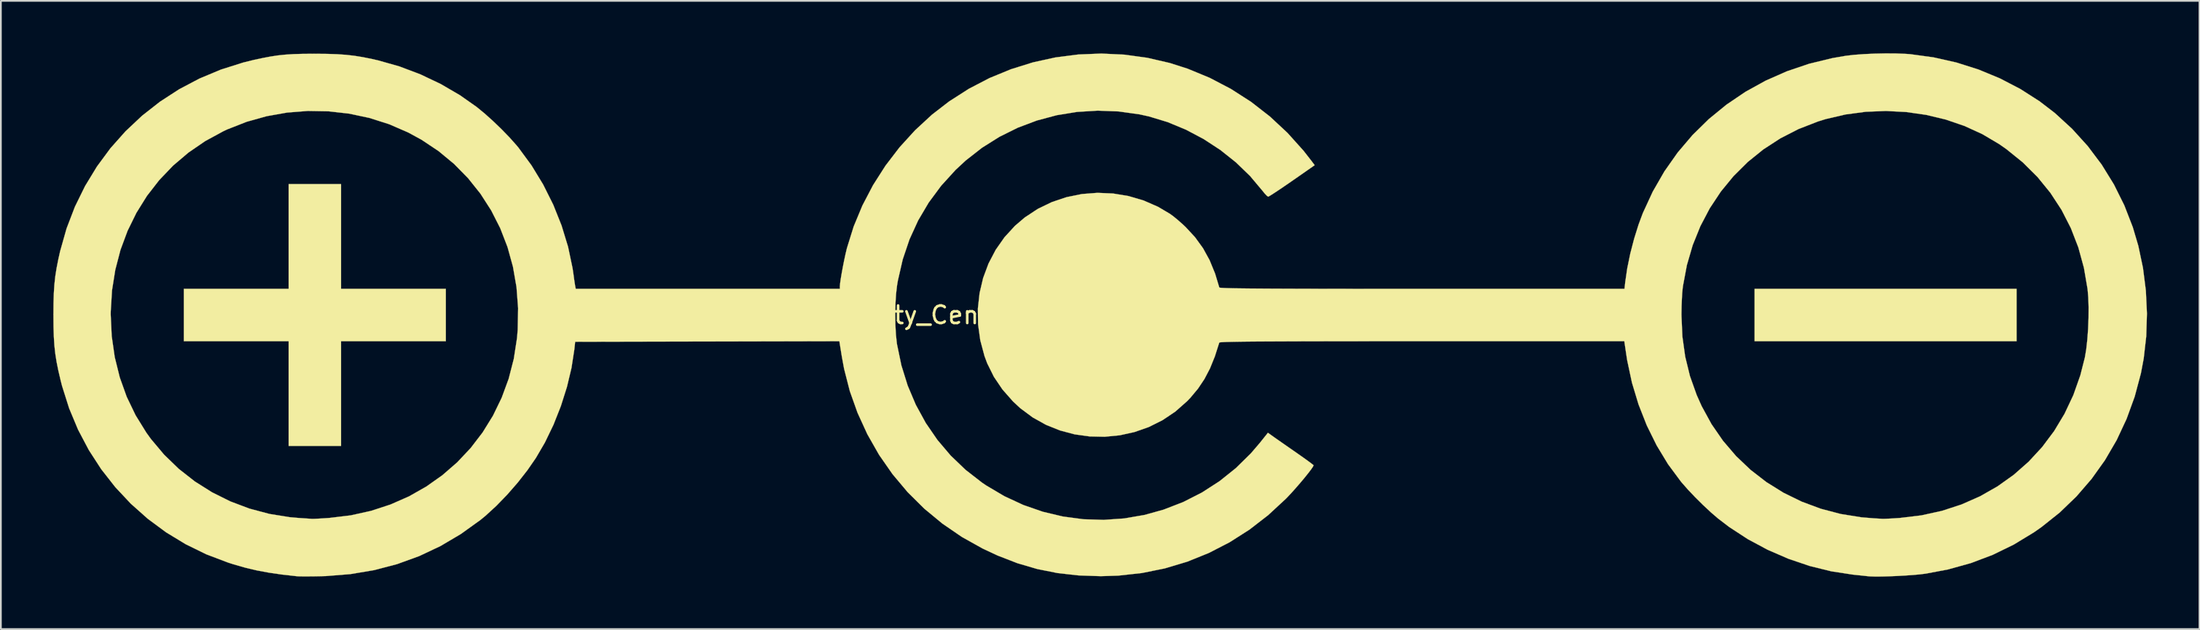
<source format=kicad_pcb>
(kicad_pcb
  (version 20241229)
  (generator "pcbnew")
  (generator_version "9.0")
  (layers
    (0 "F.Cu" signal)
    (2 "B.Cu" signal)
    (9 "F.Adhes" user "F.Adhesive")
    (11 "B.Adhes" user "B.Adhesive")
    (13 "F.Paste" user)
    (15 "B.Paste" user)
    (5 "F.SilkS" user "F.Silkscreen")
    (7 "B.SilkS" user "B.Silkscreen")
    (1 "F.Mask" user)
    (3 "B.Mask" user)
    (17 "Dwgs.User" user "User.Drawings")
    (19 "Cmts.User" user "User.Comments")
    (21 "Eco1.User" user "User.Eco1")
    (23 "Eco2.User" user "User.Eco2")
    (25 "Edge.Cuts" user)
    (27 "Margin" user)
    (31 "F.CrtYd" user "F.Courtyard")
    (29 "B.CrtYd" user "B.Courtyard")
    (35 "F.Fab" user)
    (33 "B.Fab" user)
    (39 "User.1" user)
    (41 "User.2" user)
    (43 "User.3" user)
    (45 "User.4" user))
  (footprint "Polarity_Center_Negative_30mm_SilkScreen"
    (layer "F.Cu")
    (at 59.821 14.971)
    (property "Reference" "Polarity_Center_Negative_30mm_SilkScreen" (at 0 0 0) (layer "F.SilkS") (effects (font (size 1 1) (thickness 0.15))))
    (attr exclude_from_pos_files exclude_from_bom allow_missing_courtyard)
    (fp_poly (pts (xy 52.423 1.498) (xy 37.445 1.498) (xy 37.445 -1.498) (xy 52.423 -1.498) (xy 52.423 1.498)) (stroke (width 0.01) (type solid)) (fill yes) (layer "F.SilkS"))
    (fp_poly (pts (xy -43.373 -1.498) (xy -37.382 -1.498) (xy -37.382 1.498) (xy -43.373 1.498) (xy -43.373 7.489) (xy -46.369 7.489) (xy -46.369 1.498) (xy -52.36 1.498) (xy -52.36 -1.498) (xy -46.369 -1.498) (xy -46.369 -7.489) (xy -43.373 -7.489) (xy -43.373 -1.498)) (stroke (width 0.01) (type solid)) (fill yes) (layer "F.SilkS"))
    (fp_poly (pts (xy 45.536 -14.962) (xy 46.078 -14.941) (xy 46.342 -14.922) (xy 47.673 -14.74) (xy 48.98 -14.446) (xy 50.25 -14.043) (xy 51.473 -13.536) (xy 52.638 -12.93) (xy 53.734 -12.229) (xy 54.607 -11.559) (xy 55.595 -10.653) (xy 56.491 -9.665) (xy 57.29 -8.602) (xy 57.988 -7.47) (xy 58.582 -6.275) (xy 59.068 -5.023) (xy 59.382 -3.963) (xy 59.649 -2.698) (xy 59.814 -1.399) (xy 59.876 -0.087) (xy 59.836 1.216) (xy 59.691 2.488) (xy 59.532 3.332) (xy 59.176 4.666) (xy 58.712 5.942) (xy 58.145 7.155) (xy 57.476 8.302) (xy 56.709 9.377) (xy 55.847 10.375) (xy 54.894 11.293) (xy 53.852 12.125) (xy 53.413 12.432) (xy 52.262 13.131) (xy 51.061 13.717) (xy 49.807 14.191) (xy 48.497 14.555) (xy 47.225 14.794) (xy 46.905 14.834) (xy 46.51 14.87) (xy 46.066 14.901) (xy 45.6 14.927) (xy 45.139 14.946) (xy 44.708 14.958) (xy 44.335 14.96) (xy 44.045 14.951) (xy 43.935 14.942) (xy 43.78 14.925) (xy 43.539 14.899) (xy 43.251 14.869) (xy 43.061 14.849) (xy 41.828 14.66) (xy 40.593 14.355) (xy 39.374 13.942) (xy 38.19 13.428) (xy 37.056 12.82) (xy 35.993 12.126) (xy 35.354 11.638) (xy 34.947 11.288) (xy 34.501 10.872) (xy 34.05 10.425) (xy 33.627 9.979) (xy 33.267 9.569) (xy 33.225 9.517) (xy 32.496 8.533) (xy 31.847 7.461) (xy 31.282 6.317) (xy 30.809 5.115) (xy 30.433 3.869) (xy 30.161 2.595) (xy 30.109 2.262) (xy 29.996 1.498) (xy 18.429 1.498) (xy 16.967 1.498) (xy 15.625 1.498) (xy 14.4 1.499) (xy 13.285 1.5) (xy 12.278 1.502) (xy 11.372 1.504) (xy 10.565 1.507) (xy 9.85 1.51) (xy 9.224 1.513) (xy 8.683 1.517) (xy 8.221 1.522) (xy 7.834 1.528) (xy 7.518 1.534) (xy 7.268 1.54) (xy 7.08 1.548) (xy 6.949 1.556) (xy 6.87 1.565) (xy 6.839 1.575) (xy 6.839 1.576) (xy 6.587 2.365) (xy 6.309 3.052) (xy 5.991 3.66) (xy 5.623 4.211) (xy 5.191 4.728) (xy 4.996 4.932) (xy 4.324 5.525) (xy 3.592 6.016) (xy 2.812 6.406) (xy 1.993 6.693) (xy 1.149 6.879) (xy 0.29 6.963) (xy -0.573 6.945) (xy -1.428 6.826) (xy -2.263 6.604) (xy -3.068 6.281) (xy -3.83 5.856) (xy -4.539 5.329) (xy -4.95 4.947) (xy -5.556 4.26) (xy -6.046 3.535) (xy -6.429 2.763) (xy -6.584 2.346) (xy -6.825 1.445) (xy -6.951 0.537) (xy -6.958 0.022) (xy 33.263 0.022) (xy 33.316 1.229) (xy 33.477 2.382) (xy 33.749 3.494) (xy 34.135 4.577) (xy 34.418 5.211) (xy 34.981 6.241) (xy 35.639 7.195) (xy 36.386 8.069) (xy 37.216 8.858) (xy 38.121 9.558) (xy 39.095 10.165) (xy 40.132 10.673) (xy 41.224 11.08) (xy 42.366 11.381) (xy 43.551 11.571) (xy 44.247 11.628) (xy 44.472 11.641) (xy 44.669 11.653) (xy 44.746 11.658) (xy 44.865 11.658) (xy 45.08 11.649) (xy 45.362 11.634) (xy 45.684 11.613) (xy 45.756 11.608) (xy 46.981 11.46) (xy 48.156 11.202) (xy 49.277 10.836) (xy 50.339 10.367) (xy 51.335 9.8) (xy 52.262 9.139) (xy 53.113 8.389) (xy 53.885 7.553) (xy 54.571 6.637) (xy 55.167 5.645) (xy 55.668 4.581) (xy 56.068 3.449) (xy 56.326 2.434) (xy 56.405 1.966) (xy 56.467 1.408) (xy 56.512 0.796) (xy 56.536 0.165) (xy 56.54 -0.452) (xy 56.522 -1.018) (xy 56.482 -1.481) (xy 56.273 -2.703) (xy 55.954 -3.868) (xy 55.526 -4.973) (xy 54.993 -6.016) (xy 54.355 -6.992) (xy 53.616 -7.899) (xy 52.776 -8.734) (xy 51.838 -9.492) (xy 51.424 -9.781) (xy 50.47 -10.346) (xy 49.448 -10.814) (xy 48.374 -11.182) (xy 47.258 -11.449) (xy 46.115 -11.613) (xy 44.956 -11.673) (xy 43.795 -11.627) (xy 42.646 -11.474) (xy 41.52 -11.212) (xy 41.064 -11.071) (xy 39.955 -10.639) (xy 38.914 -10.105) (xy 37.945 -9.475) (xy 37.052 -8.754) (xy 36.241 -7.948) (xy 35.516 -7.064) (xy 34.882 -6.107) (xy 34.344 -5.083) (xy 33.906 -3.997) (xy 33.573 -2.856) (xy 33.35 -1.665) (xy 33.329 -1.499) (xy 33.305 -1.243) (xy 33.286 -0.9) (xy 33.271 -0.511) (xy 33.264 -0.113) (xy 33.263 0.022) (xy -6.958 0.022) (xy -6.963 -0.367) (xy -6.865 -1.256) (xy -6.662 -2.119) (xy -6.354 -2.947) (xy -5.946 -3.727) (xy -5.441 -4.449) (xy -4.842 -5.103) (xy -4.287 -5.577) (xy -3.537 -6.072) (xy -2.734 -6.461) (xy -1.889 -6.744) (xy -1.016 -6.921) (xy -0.127 -6.99) (xy 0.766 -6.952) (xy 1.65 -6.806) (xy 2.511 -6.553) (xy 3.339 -6.191) (xy 4.025 -5.785) (xy 4.231 -5.632) (xy 4.486 -5.422) (xy 4.752 -5.186) (xy 4.914 -5.034) (xy 5.454 -4.45) (xy 5.908 -3.824) (xy 6.286 -3.137) (xy 6.6 -2.37) (xy 6.84 -1.576) (xy 6.865 -1.566) (xy 6.938 -1.557) (xy 7.062 -1.549) (xy 7.243 -1.541) (xy 7.486 -1.534) (xy 7.793 -1.528) (xy 8.171 -1.523) (xy 8.623 -1.518) (xy 9.155 -1.514) (xy 9.77 -1.51) (xy 10.473 -1.507) (xy 11.269 -1.504) (xy 12.162 -1.502) (xy 13.157 -1.501) (xy 14.258 -1.499) (xy 15.47 -1.498) (xy 16.797 -1.498) (xy 18.243 -1.498) (xy 18.433 -1.498) (xy 30.006 -1.498) (xy 30.049 -1.888) (xy 30.163 -2.67) (xy 30.336 -3.511) (xy 30.557 -4.363) (xy 30.813 -5.182) (xy 31.054 -5.829) (xy 31.622 -7.059) (xy 32.288 -8.216) (xy 33.048 -9.297) (xy 33.897 -10.296) (xy 34.829 -11.211) (xy 35.84 -12.037) (xy 36.924 -12.771) (xy 38.076 -13.407) (xy 39.291 -13.943) (xy 40.564 -14.374) (xy 41.889 -14.696) (xy 42.647 -14.827) (xy 43.125 -14.883) (xy 43.69 -14.925) (xy 44.305 -14.953) (xy 44.933 -14.966) (xy 45.536 -14.962)) (stroke (width 0.01) (type solid)) (fill yes) (layer "F.SilkS"))
    (fp_poly (pts (xy 1.411 -14.895) (xy 2.717 -14.716) (xy 4.006 -14.418) (xy 5.024 -14.093) (xy 6.294 -13.568) (xy 7.506 -12.933) (xy 8.655 -12.195) (xy 9.734 -11.356) (xy 10.737 -10.421) (xy 11.658 -9.396) (xy 12.127 -8.794) (xy 12.293 -8.571) (xy 11.001 -7.671) (xy 10.645 -7.425) (xy 10.321 -7.205) (xy 10.043 -7.02) (xy 9.826 -6.88) (xy 9.685 -6.794) (xy 9.635 -6.771) (xy 9.563 -6.818) (xy 9.445 -6.94) (xy 9.309 -7.108) (xy 8.6 -7.952) (xy 7.793 -8.732) (xy 6.904 -9.44) (xy 5.947 -10.066) (xy 4.937 -10.601) (xy 3.889 -11.036) (xy 2.818 -11.361) (xy 2.272 -11.481) (xy 1.077 -11.647) (xy -0.114 -11.692) (xy -1.294 -11.619) (xy -2.454 -11.431) (xy -3.585 -11.129) (xy -4.679 -10.717) (xy -5.727 -10.197) (xy -6.722 -9.572) (xy -7.654 -8.844) (xy -8.239 -8.301) (xy -9.061 -7.397) (xy -9.774 -6.434) (xy -10.378 -5.411) (xy -10.873 -4.327) (xy -11.259 -3.183) (xy -11.536 -1.977) (xy -11.585 -1.685) (xy -11.641 -1.204) (xy -11.676 -0.641) (xy -11.688 -0.037) (xy -11.679 0.57) (xy -11.647 1.138) (xy -11.594 1.629) (xy -11.586 1.676) (xy -11.336 2.881) (xy -10.976 4.037) (xy -10.51 5.137) (xy -9.942 6.175) (xy -9.276 7.145) (xy -8.516 8.041) (xy -7.666 8.856) (xy -6.73 9.584) (xy -6.49 9.747) (xy -5.449 10.363) (xy -4.365 10.866) (xy -3.247 11.254) (xy -2.102 11.526) (xy -0.939 11.681) (xy 0.233 11.718) (xy 1.407 11.636) (xy 2.573 11.434) (xy 3.647 11.135) (xy 4.777 10.698) (xy 5.849 10.152) (xy 6.855 9.503) (xy 7.788 8.756) (xy 8.643 7.915) (xy 9.157 7.315) (xy 9.62 6.735) (xy 9.912 6.944) (xy 10.056 7.046) (xy 10.281 7.203) (xy 10.564 7.401) (xy 10.884 7.624) (xy 11.218 7.855) (xy 11.528 8.073) (xy 11.8 8.266) (xy 12.018 8.426) (xy 12.167 8.539) (xy 12.231 8.594) (xy 12.232 8.597) (xy 12.192 8.682) (xy 12.082 8.841) (xy 11.915 9.059) (xy 11.707 9.318) (xy 11.47 9.6) (xy 11.219 9.89) (xy 10.969 10.17) (xy 10.732 10.423) (xy 10.643 10.514) (xy 9.631 11.45) (xy 8.557 12.28) (xy 7.425 13.001) (xy 6.239 13.612) (xy 5.006 14.11) (xy 3.728 14.493) (xy 2.412 14.759) (xy 1.062 14.907) (xy 0.062 14.939) (xy -1.21 14.895) (xy -2.413 14.76) (xy -3.57 14.529) (xy -4.702 14.197) (xy -5.833 13.758) (xy -6.693 13.356) (xy -7.877 12.695) (xy -8.989 11.933) (xy -10.025 11.077) (xy -10.978 10.132) (xy -11.842 9.103) (xy -12.612 7.997) (xy -13.282 6.819) (xy -13.843 5.593) (xy -14.285 4.35) (xy -14.612 3.073) (xy -14.742 2.368) (xy -14.882 1.497) (xy -29.987 1.529) (xy -30.034 1.966) (xy -30.197 3.024) (xy -30.458 4.115) (xy -30.805 5.21) (xy -31.228 6.279) (xy -31.717 7.292) (xy -32.232 8.175) (xy -32.717 8.877) (xy -33.272 9.586) (xy -33.872 10.274) (xy -34.493 10.915) (xy -35.109 11.48) (xy -35.403 11.722) (xy -36.522 12.526) (xy -37.688 13.215) (xy -38.903 13.789) (xy -40.166 14.248) (xy -41.477 14.592) (xy -42.835 14.82) (xy -44.241 14.933) (xy -44.528 14.941) (xy -44.909 14.948) (xy -45.265 14.951) (xy -45.568 14.951) (xy -45.793 14.947) (xy -45.901 14.941) (xy -46.747 14.846) (xy -47.5 14.737) (xy -48.191 14.608) (xy -48.851 14.452) (xy -49.511 14.263) (xy -49.833 14.16) (xy -51.076 13.688) (xy -52.258 13.109) (xy -53.375 12.43) (xy -54.421 11.656) (xy -55.391 10.793) (xy -56.28 9.845) (xy -57.083 8.82) (xy -57.793 7.723) (xy -58.407 6.559) (xy -58.919 5.334) (xy -59.324 4.053) (xy -59.406 3.731) (xy -59.535 3.179) (xy -59.635 2.684) (xy -59.709 2.215) (xy -59.761 1.742) (xy -59.793 1.236) (xy -59.811 0.665) (xy -59.816 0) (xy -59.816 -0.031) (xy -56.542 -0.031) (xy -56.484 1.209) (xy -56.311 2.41) (xy -56.024 3.568) (xy -55.627 4.677) (xy -55.119 5.733) (xy -54.503 6.73) (xy -54.24 7.094) (xy -53.485 7.992) (xy -52.646 8.803) (xy -51.73 9.521) (xy -50.747 10.141) (xy -49.705 10.66) (xy -48.611 11.073) (xy -47.475 11.376) (xy -46.304 11.564) (xy -45.839 11.605) (xy -45.547 11.625) (xy -45.292 11.642) (xy -45.105 11.655) (xy -45.027 11.661) (xy -44.921 11.659) (xy -44.718 11.65) (xy -44.443 11.634) (xy -44.124 11.613) (xy -44.032 11.606) (xy -42.819 11.46) (xy -41.654 11.202) (xy -40.542 10.838) (xy -39.488 10.374) (xy -38.499 9.813) (xy -37.578 9.162) (xy -36.731 8.426) (xy -35.963 7.61) (xy -35.28 6.719) (xy -34.686 5.758) (xy -34.188 4.732) (xy -33.789 3.648) (xy -33.496 2.509) (xy -33.312 1.321) (xy -33.272 0.843) (xy -33.249 -0.393) (xy -33.341 -1.598) (xy -33.544 -2.766) (xy -33.855 -3.891) (xy -34.271 -4.966) (xy -34.788 -5.985) (xy -35.403 -6.942) (xy -36.113 -7.831) (xy -36.913 -8.646) (xy -37.8 -9.38) (xy -38.772 -10.028) (xy -39.537 -10.445) (xy -40.623 -10.916) (xy -41.751 -11.275) (xy -42.911 -11.521) (xy -44.089 -11.654) (xy -45.276 -11.674) (xy -46.459 -11.581) (xy -47.627 -11.374) (xy -48.768 -11.055) (xy -49.872 -10.622) (xy -50.099 -10.516) (xy -51.14 -9.95) (xy -52.1 -9.291) (xy -52.978 -8.545) (xy -53.768 -7.718) (xy -54.468 -6.817) (xy -55.072 -5.848) (xy -55.578 -4.817) (xy -55.982 -3.729) (xy -56.279 -2.592) (xy -56.467 -1.412) (xy -56.54 -0.194) (xy -56.542 -0.031) (xy -59.816 -0.031) (xy -59.811 -0.664) (xy -59.794 -1.234) (xy -59.761 -1.741) (xy -59.71 -2.214) (xy -59.636 -2.684) (xy -59.538 -3.182) (xy -59.433 -3.651) (xy -59.065 -4.951) (xy -58.588 -6.195) (xy -58.007 -7.378) (xy -57.328 -8.495) (xy -56.556 -9.541) (xy -55.695 -10.51) (xy -54.75 -11.399) (xy -53.728 -12.201) (xy -52.633 -12.912) (xy -51.47 -13.526) (xy -50.244 -14.039) (xy -48.961 -14.445) (xy -48.366 -14.592) (xy -47.853 -14.702) (xy -47.399 -14.788) (xy -46.975 -14.852) (xy -46.55 -14.896) (xy -46.096 -14.925) (xy -45.582 -14.94) (xy -44.979 -14.945) (xy -44.84 -14.945) (xy -44.172 -14.939) (xy -43.596 -14.92) (xy -43.083 -14.884) (xy -42.602 -14.829) (xy -42.12 -14.751) (xy -41.607 -14.647) (xy -41.255 -14.567) (xy -40.037 -14.222) (xy -38.837 -13.768) (xy -37.677 -13.217) (xy -36.58 -12.578) (xy -35.625 -11.907) (xy -35.171 -11.535) (xy -34.683 -11.097) (xy -34.192 -10.624) (xy -33.731 -10.148) (xy -33.332 -9.699) (xy -33.233 -9.58) (xy -32.483 -8.56) (xy -31.817 -7.465) (xy -31.241 -6.312) (xy -30.764 -5.119) (xy -30.393 -3.903) (xy -30.136 -2.681) (xy -30.081 -2.309) (xy -30.046 -2.048) (xy -30.012 -1.82) (xy -29.987 -1.665) (xy -29.982 -1.638) (xy -29.953 -1.498) (xy -14.853 -1.498) (xy -14.853 -1.646) (xy -14.84 -1.807) (xy -14.804 -2.062) (xy -14.75 -2.383) (xy -14.684 -2.743) (xy -14.611 -3.113) (xy -14.535 -3.467) (xy -14.462 -3.776) (xy -14.448 -3.831) (xy -14.064 -5.064) (xy -13.564 -6.267) (xy -12.956 -7.43) (xy -12.247 -8.541) (xy -11.444 -9.59) (xy -10.555 -10.567) (xy -9.588 -11.461) (xy -8.609 -12.218) (xy -7.48 -12.941) (xy -6.298 -13.556) (xy -5.072 -14.06) (xy -3.811 -14.454) (xy -2.524 -14.736) (xy -1.218 -14.904) (xy 0.096 -14.957) (xy 1.411 -14.895)) (stroke (width 0.01) (type solid)) (fill yes) (layer "F.SilkS")))
  (gr_rect
    (start -3 -3)
    (end 122.702 32.935)
    (stroke (width 0.1) (type default))
    (fill no)
    (layer "Edge.Cuts")))
</source>
